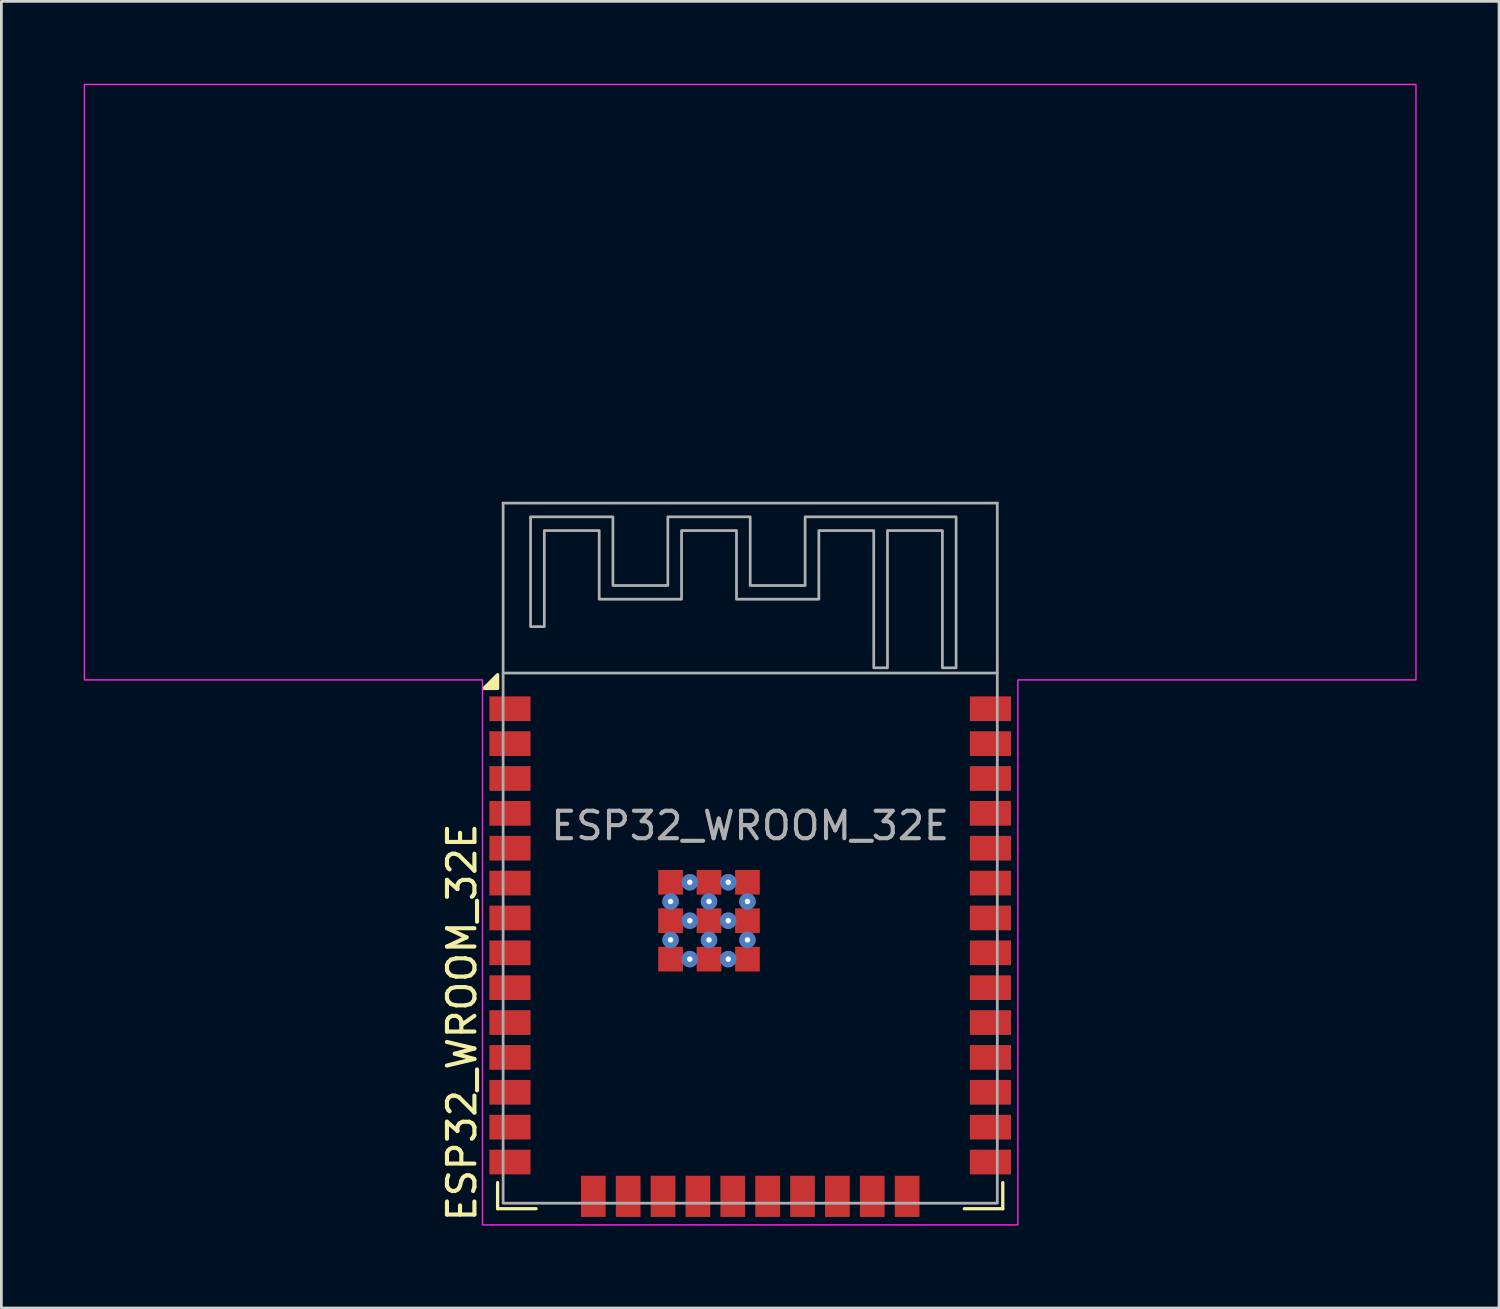
<source format=kicad_pcb>
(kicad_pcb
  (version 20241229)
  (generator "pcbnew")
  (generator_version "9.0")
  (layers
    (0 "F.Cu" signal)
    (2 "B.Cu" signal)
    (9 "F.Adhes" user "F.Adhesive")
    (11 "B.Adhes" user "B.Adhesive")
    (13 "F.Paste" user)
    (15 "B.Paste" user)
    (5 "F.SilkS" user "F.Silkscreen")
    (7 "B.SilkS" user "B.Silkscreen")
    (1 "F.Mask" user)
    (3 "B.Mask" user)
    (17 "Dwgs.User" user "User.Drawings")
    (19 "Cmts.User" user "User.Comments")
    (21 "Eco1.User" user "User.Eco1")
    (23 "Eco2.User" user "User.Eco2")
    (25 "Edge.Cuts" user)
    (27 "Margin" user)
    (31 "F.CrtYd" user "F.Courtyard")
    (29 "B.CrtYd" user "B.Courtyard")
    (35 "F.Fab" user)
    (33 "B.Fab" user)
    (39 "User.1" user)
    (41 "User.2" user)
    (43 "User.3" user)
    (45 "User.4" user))
  (footprint "ESP32_WROOM_32E"
    (layer "F.Cu")
    (at 24.275 28.025)
    (property "Reference" "ESP32_WROOM_32E" (at -10.5 13.5 90) (layer "F.SilkS") (effects (font (size 1 1) (thickness 0.15)) (justify left)))
    (attr smd)
    (fp_line (start -9.2 12.95) (end -9.2 12) (stroke (width 0.12) (type solid)) (layer "F.SilkS"))
    (fp_line (start -7.8 12.95) (end -9.2 12.95) (stroke (width 0.12) (type solid)) (layer "F.SilkS"))
    (fp_line (start 7.8 12.95) (end 9.2 12.95) (stroke (width 0.12) (type solid)) (layer "F.SilkS"))
    (fp_line (start 9.2 12.95) (end 9.2 12) (stroke (width 0.12) (type solid)) (layer "F.SilkS"))
    (fp_poly (pts (xy -9.2 -6) (xy -9.7 -6) (xy -9.2 -6.5) (xy -9.2 -6)) (stroke (width 0.12) (type solid)) (fill yes) (layer "F.SilkS"))
    (fp_poly (pts (xy -24.25 -28) (xy 24.25 -28) (xy 24.25 -6.31) (xy 9.75 -6.31) (xy 9.75 13.54) (xy -9.75 13.54) (xy -9.75 -6.31) (xy -24.25 -6.31)) (stroke (width 0.05) (type solid)) (fill no) (layer "F.CrtYd"))
    (fp_line (start -9 -12.75) (end 9 -12.75) (stroke (width 0.1) (type solid)) (layer "F.Fab"))
    (fp_line (start -9 -6.56) (end -9 -12.75) (stroke (width 0.1) (type solid)) (layer "F.Fab"))
    (fp_line (start 9 -12.75) (end 9 -6.56) (stroke (width 0.1) (type solid)) (layer "F.Fab"))
    (fp_rect (start -9 -6.56) (end 9 12.75) (stroke (width 0.1) (type solid)) (fill no) (layer "F.Fab"))
    (fp_poly (pts (xy -5 -9.75) (xy -3 -9.75) (xy -3 -12.25) (xy 0 -12.25) (xy 0 -9.75) (xy 2 -9.75) (xy 2 -12.25) (xy 7.5 -12.25) (xy 7.5 -6.75) (xy 7 -6.75) (xy 7 -11.75) (xy 5 -11.75) (xy 5 -6.75) (xy 4.5 -6.75) (xy 4.5 -11.75) (xy 2.5 -11.75) (xy 2.5 -9.25) (xy -0.5 -9.25) (xy -0.5 -11.75) (xy -2.5 -11.75) (xy -2.5 -9.25) (xy -5.5 -9.25) (xy -5.5 -11.75) (xy -7.5 -11.75) (xy -7.5 -8.25) (xy -8 -8.25) (xy -8 -12.25) (xy -5 -12.25)) (stroke (width 0.1) (type solid)) (fill no) (layer "F.Fab"))
    (fp_text user "${REFERENCE}" (at 0 -1 0) (layer "F.Fab") (effects (font (size 1 1) (thickness 0.15))))
    (pad "1" smd rect (at -8.75 -5.26) (size 1.5 0.9) (layers "F.Cu" "F.Mask" "F.Paste"))
    (pad "2" smd rect (at -8.75 -3.99) (size 1.5 0.9) (layers "F.Cu" "F.Mask" "F.Paste"))
    (pad "3" smd rect (at -8.75 -2.72) (size 1.5 0.9) (layers "F.Cu" "F.Mask" "F.Paste"))
    (pad "4" smd rect (at -8.75 -1.45) (size 1.5 0.9) (layers "F.Cu" "F.Mask" "F.Paste"))
    (pad "5" smd rect (at -8.75 -0.18) (size 1.5 0.9) (layers "F.Cu" "F.Mask" "F.Paste"))
    (pad "6" smd rect (at -8.75 1.09) (size 1.5 0.9) (layers "F.Cu" "F.Mask" "F.Paste"))
    (pad "7" smd rect (at -8.75 2.36) (size 1.5 0.9) (layers "F.Cu" "F.Mask" "F.Paste"))
    (pad "8" smd rect (at -8.75 3.63) (size 1.5 0.9) (layers "F.Cu" "F.Mask" "F.Paste"))
    (pad "9" smd rect (at -8.75 4.9) (size 1.5 0.9) (layers "F.Cu" "F.Mask" "F.Paste"))
    (pad "10" smd rect (at -8.75 6.17) (size 1.5 0.9) (layers "F.Cu" "F.Mask" "F.Paste"))
    (pad "11" smd rect (at -8.75 7.44) (size 1.5 0.9) (layers "F.Cu" "F.Mask" "F.Paste"))
    (pad "12" smd rect (at -8.75 8.71) (size 1.5 0.9) (layers "F.Cu" "F.Mask" "F.Paste"))
    (pad "13" smd rect (at -8.75 9.98) (size 1.5 0.9) (layers "F.Cu" "F.Mask" "F.Paste"))
    (pad "14" smd rect (at -8.75 11.25) (size 1.5 0.9) (layers "F.Cu" "F.Mask" "F.Paste"))
    (pad "15" smd rect (at -5.715 12.5 90) (size 1.5 0.9) (layers "F.Cu" "F.Mask" "F.Paste"))
    (pad "16" smd rect (at -4.445 12.5 90) (size 1.5 0.9) (layers "F.Cu" "F.Mask" "F.Paste"))
    (pad "17" smd rect (at -3.175 12.5 90) (size 1.5 0.9) (layers "F.Cu" "F.Mask" "F.Paste"))
    (pad "18" smd rect (at -1.905 12.5 90) (size 1.5 0.9) (layers "F.Cu" "F.Mask" "F.Paste"))
    (pad "19" smd rect (at -0.635 12.5 90) (size 1.5 0.9) (layers "F.Cu" "F.Mask" "F.Paste"))
    (pad "20" smd rect (at 0.635 12.5 90) (size 1.5 0.9) (layers "F.Cu" "F.Mask" "F.Paste"))
    (pad "21" smd rect (at 1.905 12.5 90) (size 1.5 0.9) (layers "F.Cu" "F.Mask" "F.Paste"))
    (pad "22" smd rect (at 3.175 12.5 90) (size 1.5 0.9) (layers "F.Cu" "F.Mask" "F.Paste"))
    (pad "23" smd rect (at 4.445 12.5 90) (size 1.5 0.9) (layers "F.Cu" "F.Mask" "F.Paste"))
    (pad "24" smd rect (at 5.715 12.5 90) (size 1.5 0.9) (layers "F.Cu" "F.Mask" "F.Paste"))
    (pad "25" smd rect (at 8.75 11.25) (size 1.5 0.9) (layers "F.Cu" "F.Mask" "F.Paste"))
    (pad "26" smd rect (at 8.75 9.98) (size 1.5 0.9) (layers "F.Cu" "F.Mask" "F.Paste"))
    (pad "27" smd rect (at 8.75 8.71) (size 1.5 0.9) (layers "F.Cu" "F.Mask" "F.Paste"))
    (pad "28" smd rect (at 8.75 7.44) (size 1.5 0.9) (layers "F.Cu" "F.Mask" "F.Paste"))
    (pad "29" smd rect (at 8.75 6.17) (size 1.5 0.9) (layers "F.Cu" "F.Mask" "F.Paste"))
    (pad "30" smd rect (at 8.75 4.9) (size 1.5 0.9) (layers "F.Cu" "F.Mask" "F.Paste"))
    (pad "31" smd rect (at 8.75 3.63) (size 1.5 0.9) (layers "F.Cu" "F.Mask" "F.Paste"))
    (pad "32" smd rect (at 8.75 2.36) (size 1.5 0.9) (layers "F.Cu" "F.Mask" "F.Paste"))
    (pad "33" smd rect (at 8.75 1.09) (size 1.5 0.9) (layers "F.Cu" "F.Mask" "F.Paste"))
    (pad "34" smd rect (at 8.75 -0.18) (size 1.5 0.9) (layers "F.Cu" "F.Mask" "F.Paste"))
    (pad "35" smd rect (at 8.75 -1.45) (size 1.5 0.9) (layers "F.Cu" "F.Mask" "F.Paste"))
    (pad "36" smd rect (at 8.75 -2.72) (size 1.5 0.9) (layers "F.Cu" "F.Mask" "F.Paste"))
    (pad "37" smd rect (at 8.75 -3.99) (size 1.5 0.9) (layers "F.Cu" "F.Mask" "F.Paste"))
    (pad "38" smd rect (at 8.75 -5.26) (size 1.5 0.9) (layers "F.Cu" "F.Mask" "F.Paste"))
    (pad "39" smd rect (at -2.9 1.06) (size 0.9 0.9) (property pad_prop_heatsink) (layers "F.Cu" "F.Mask" "F.Paste"))
    (pad "39" thru_hole circle (at -2.9 1.76) (size 0.6 0.6) (drill 0.2) (property pad_prop_heatsink) (layers "*.Cu" "*.Mask"))
    (pad "39" smd rect (at -2.9 2.46) (size 0.9 0.9) (property pad_prop_heatsink) (layers "F.Cu" "F.Mask" "F.Paste"))
    (pad "39" thru_hole circle (at -2.9 3.16) (size 0.6 0.6) (drill 0.2) (property pad_prop_heatsink) (layers "*.Cu" "*.Mask"))
    (pad "39" smd rect (at -2.9 3.86) (size 0.9 0.9) (property pad_prop_heatsink) (layers "F.Cu" "F.Mask" "F.Paste"))
    (pad "39" thru_hole circle (at -2.2 1.06) (size 0.6 0.6) (drill 0.2) (property pad_prop_heatsink) (layers "*.Cu" "*.Mask"))
    (pad "39" thru_hole circle (at -2.2 2.46) (size 0.6 0.6) (drill 0.2) (property pad_prop_heatsink) (layers "*.Cu" "*.Mask"))
    (pad "39" thru_hole circle (at -2.2 3.86) (size 0.6 0.6) (drill 0.2) (property pad_prop_heatsink) (layers "*.Cu" "*.Mask"))
    (pad "39" smd rect (at -1.5 1.06) (size 0.9 0.9) (property pad_prop_heatsink) (layers "F.Cu" "F.Mask" "F.Paste"))
    (pad "39" thru_hole circle (at -1.5 1.76) (size 0.6 0.6) (drill 0.2) (property pad_prop_heatsink) (layers "*.Cu" "*.Mask"))
    (pad "39" smd rect (at -1.5 2.46) (size 0.9 0.9) (property pad_prop_heatsink) (layers "F.Cu" "F.Mask" "F.Paste"))
    (pad "39" thru_hole circle (at -1.5 3.16) (size 0.6 0.6) (drill 0.2) (property pad_prop_heatsink) (layers "*.Cu" "*.Mask"))
    (pad "39" smd rect (at -1.5 3.86) (size 0.9 0.9) (property pad_prop_heatsink) (layers "F.Cu" "F.Mask" "F.Paste"))
    (pad "39" thru_hole circle (at -0.8 1.06) (size 0.6 0.6) (drill 0.2) (property pad_prop_heatsink) (layers "*.Cu" "*.Mask"))
    (pad "39" thru_hole circle (at -0.8 2.46) (size 0.6 0.6) (drill 0.2) (property pad_prop_heatsink) (layers "*.Cu" "*.Mask"))
    (pad "39" thru_hole circle (at -0.8 3.86) (size 0.6 0.6) (drill 0.2) (property pad_prop_heatsink) (layers "*.Cu" "*.Mask"))
    (pad "39" smd rect (at -0.1 1.06) (size 0.9 0.9) (property pad_prop_heatsink) (layers "F.Cu" "F.Mask" "F.Paste"))
    (pad "39" thru_hole circle (at -0.1 1.76) (size 0.6 0.6) (drill 0.2) (property pad_prop_heatsink) (layers "*.Cu" "*.Mask"))
    (pad "39" smd rect (at -0.1 2.46) (size 0.9 0.9) (property pad_prop_heatsink) (layers "F.Cu" "F.Mask" "F.Paste"))
    (pad "39" thru_hole circle (at -0.1 3.16) (size 0.6 0.6) (drill 0.2) (property pad_prop_heatsink) (layers "*.Cu" "*.Mask"))
    (pad "39" smd rect (at -0.1 3.86) (size 0.9 0.9) (property pad_prop_heatsink) (layers "F.Cu" "F.Mask" "F.Paste"))
    (zone (net_name "") (layers "F.Cu" "B.Cu") (hatch full 0.5) (connect_pads) (min_thickness 0.25) (filled_areas_thickness no) (keepout (tracks not_allowed) (vias not_allowed) (pads not_allowed) (copperpour not_allowed) (footprints not_allowed)) (placement (enabled no)) (fill) (polygon (pts (xy 0.275 0.275) (xy 48.275 0.275) (xy 48.275 21.465) (xy 0.275 21.465)))))
  (gr_rect
    (start -3 -3)
    (end 51.55 44.59)
    (stroke (width 0.1) (type default))
    (fill no)
    (layer "Edge.Cuts")))
</source>
